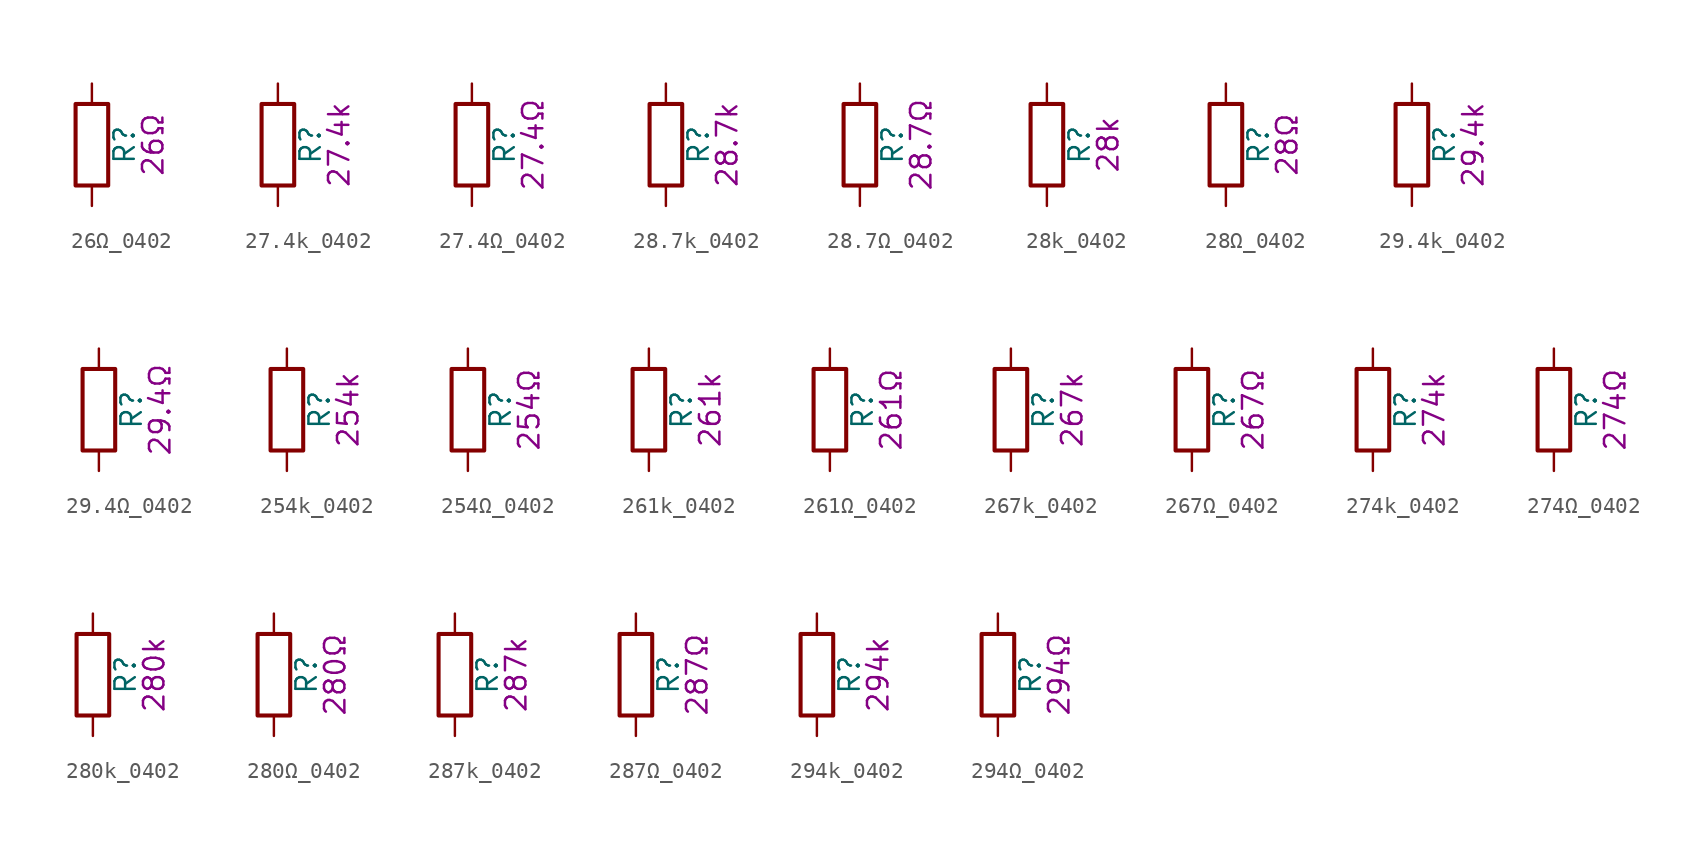
<source format=kicad_sym>
(kicad_symbol_lib
  (version 20211014)
  (generator kicad_symbol_editor)
  (symbol "26Ω_0402"
    (pin_numbers hide)
    (pin_names
      (offset 0))
    (property "Reference" "R"
      (at 2.032 0 90)
      (effects (font (size 1.27 1.27))))
    (property "Display" "26Ω"
      (at 3.81 0 90)
      (effects (font (size 1.27 1.27))))
    (symbol "26Ω_0402_0_1"
      (rectangle (start -1.016 -2.54) (end 1.016 2.54) (stroke (width 0.254) (type default) (color 0 0 0 0)) (fill (type none))))
    (symbol "26Ω_0402_1_1"
      (pin passive line (at 0 3.81 270) (length 1.27) (name "~" (effects (font (size 1.27 1.27)))) (number "1" (effects (font (size 1.27 1.27)))))
      (pin passive line (at 0 -3.81 90) (length 1.27) (name "~" (effects (font (size 1.27 1.27)))) (number "2" (effects (font (size 1.27 1.27)))))))
  (symbol "27.4k_0402"
    (pin_numbers hide)
    (pin_names
      (offset 0))
    (property "Reference" "R"
      (at 2.032 0 90)
      (effects (font (size 1.27 1.27))))
    (property "Display" "27.4k"
      (at 3.81 0 90)
      (effects (font (size 1.27 1.27))))
    (symbol "27.4k_0402_0_1"
      (rectangle (start -1.016 -2.54) (end 1.016 2.54) (stroke (width 0.254) (type default) (color 0 0 0 0)) (fill (type none))))
    (symbol "27.4k_0402_1_1"
      (pin passive line (at 0 3.81 270) (length 1.27) (name "~" (effects (font (size 1.27 1.27)))) (number "1" (effects (font (size 1.27 1.27)))))
      (pin passive line (at 0 -3.81 90) (length 1.27) (name "~" (effects (font (size 1.27 1.27)))) (number "2" (effects (font (size 1.27 1.27)))))))
  (symbol "27.4Ω_0402"
    (pin_numbers hide)
    (pin_names
      (offset 0))
    (property "Reference" "R"
      (at 2.032 0 90)
      (effects (font (size 1.27 1.27))))
    (property "Display" "27.4Ω"
      (at 3.81 0 90)
      (effects (font (size 1.27 1.27))))
    (symbol "27.4Ω_0402_0_1"
      (rectangle (start -1.016 -2.54) (end 1.016 2.54) (stroke (width 0.254) (type default) (color 0 0 0 0)) (fill (type none))))
    (symbol "27.4Ω_0402_1_1"
      (pin passive line (at 0 3.81 270) (length 1.27) (name "~" (effects (font (size 1.27 1.27)))) (number "1" (effects (font (size 1.27 1.27)))))
      (pin passive line (at 0 -3.81 90) (length 1.27) (name "~" (effects (font (size 1.27 1.27)))) (number "2" (effects (font (size 1.27 1.27)))))))
  (symbol "28.7k_0402"
    (pin_numbers hide)
    (pin_names
      (offset 0))
    (property "Reference" "R"
      (at 2.032 0 90)
      (effects (font (size 1.27 1.27))))
    (property "Display" "28.7k"
      (at 3.81 0 90)
      (effects (font (size 1.27 1.27))))
    (symbol "28.7k_0402_0_1"
      (rectangle (start -1.016 -2.54) (end 1.016 2.54) (stroke (width 0.254) (type default) (color 0 0 0 0)) (fill (type none))))
    (symbol "28.7k_0402_1_1"
      (pin passive line (at 0 3.81 270) (length 1.27) (name "~" (effects (font (size 1.27 1.27)))) (number "1" (effects (font (size 1.27 1.27)))))
      (pin passive line (at 0 -3.81 90) (length 1.27) (name "~" (effects (font (size 1.27 1.27)))) (number "2" (effects (font (size 1.27 1.27)))))))
  (symbol "28.7Ω_0402"
    (pin_numbers hide)
    (pin_names
      (offset 0))
    (property "Reference" "R"
      (at 2.032 0 90)
      (effects (font (size 1.27 1.27))))
    (property "Display" "28.7Ω"
      (at 3.81 0 90)
      (effects (font (size 1.27 1.27))))
    (symbol "28.7Ω_0402_0_1"
      (rectangle (start -1.016 -2.54) (end 1.016 2.54) (stroke (width 0.254) (type default) (color 0 0 0 0)) (fill (type none))))
    (symbol "28.7Ω_0402_1_1"
      (pin passive line (at 0 3.81 270) (length 1.27) (name "~" (effects (font (size 1.27 1.27)))) (number "1" (effects (font (size 1.27 1.27)))))
      (pin passive line (at 0 -3.81 90) (length 1.27) (name "~" (effects (font (size 1.27 1.27)))) (number "2" (effects (font (size 1.27 1.27)))))))
  (symbol "28k_0402"
    (pin_numbers hide)
    (pin_names
      (offset 0))
    (property "Reference" "R"
      (at 2.032 0 90)
      (effects (font (size 1.27 1.27))))
    (property "Display" "28k"
      (at 3.81 0 90)
      (effects (font (size 1.27 1.27))))
    (symbol "28k_0402_0_1"
      (rectangle (start -1.016 -2.54) (end 1.016 2.54) (stroke (width 0.254) (type default) (color 0 0 0 0)) (fill (type none))))
    (symbol "28k_0402_1_1"
      (pin passive line (at 0 3.81 270) (length 1.27) (name "~" (effects (font (size 1.27 1.27)))) (number "1" (effects (font (size 1.27 1.27)))))
      (pin passive line (at 0 -3.81 90) (length 1.27) (name "~" (effects (font (size 1.27 1.27)))) (number "2" (effects (font (size 1.27 1.27)))))))
  (symbol "28Ω_0402"
    (pin_numbers hide)
    (pin_names
      (offset 0))
    (property "Reference" "R"
      (at 2.032 0 90)
      (effects (font (size 1.27 1.27))))
    (property "Display" "28Ω"
      (at 3.81 0 90)
      (effects (font (size 1.27 1.27))))
    (symbol "28Ω_0402_0_1"
      (rectangle (start -1.016 -2.54) (end 1.016 2.54) (stroke (width 0.254) (type default) (color 0 0 0 0)) (fill (type none))))
    (symbol "28Ω_0402_1_1"
      (pin passive line (at 0 3.81 270) (length 1.27) (name "~" (effects (font (size 1.27 1.27)))) (number "1" (effects (font (size 1.27 1.27)))))
      (pin passive line (at 0 -3.81 90) (length 1.27) (name "~" (effects (font (size 1.27 1.27)))) (number "2" (effects (font (size 1.27 1.27)))))))
  (symbol "29.4k_0402"
    (pin_numbers hide)
    (pin_names
      (offset 0))
    (property "Reference" "R"
      (at 2.032 0 90)
      (effects (font (size 1.27 1.27))))
    (property "Display" "29.4k"
      (at 3.81 0 90)
      (effects (font (size 1.27 1.27))))
    (symbol "29.4k_0402_0_1"
      (rectangle (start -1.016 -2.54) (end 1.016 2.54) (stroke (width 0.254) (type default) (color 0 0 0 0)) (fill (type none))))
    (symbol "29.4k_0402_1_1"
      (pin passive line (at 0 3.81 270) (length 1.27) (name "~" (effects (font (size 1.27 1.27)))) (number "1" (effects (font (size 1.27 1.27)))))
      (pin passive line (at 0 -3.81 90) (length 1.27) (name "~" (effects (font (size 1.27 1.27)))) (number "2" (effects (font (size 1.27 1.27)))))))
  (symbol "29.4Ω_0402"
    (pin_numbers hide)
    (pin_names
      (offset 0))
    (property "Reference" "R"
      (at 2.032 0 90)
      (effects (font (size 1.27 1.27))))
    (property "Display" "29.4Ω"
      (at 3.81 0 90)
      (effects (font (size 1.27 1.27))))
    (symbol "29.4Ω_0402_0_1"
      (rectangle (start -1.016 -2.54) (end 1.016 2.54) (stroke (width 0.254) (type default) (color 0 0 0 0)) (fill (type none))))
    (symbol "29.4Ω_0402_1_1"
      (pin passive line (at 0 3.81 270) (length 1.27) (name "~" (effects (font (size 1.27 1.27)))) (number "1" (effects (font (size 1.27 1.27)))))
      (pin passive line (at 0 -3.81 90) (length 1.27) (name "~" (effects (font (size 1.27 1.27)))) (number "2" (effects (font (size 1.27 1.27)))))))
  (symbol "254k_0402"
    (pin_numbers hide)
    (pin_names
      (offset 0))
    (property "Reference" "R"
      (at 2.032 0 90)
      (effects (font (size 1.27 1.27))))
    (property "Display" "254k"
      (at 3.81 0 90)
      (effects (font (size 1.27 1.27))))
    (symbol "254k_0402_0_1"
      (rectangle (start -1.016 -2.54) (end 1.016 2.54) (stroke (width 0.254) (type default) (color 0 0 0 0)) (fill (type none))))
    (symbol "254k_0402_1_1"
      (pin passive line (at 0 3.81 270) (length 1.27) (name "~" (effects (font (size 1.27 1.27)))) (number "1" (effects (font (size 1.27 1.27)))))
      (pin passive line (at 0 -3.81 90) (length 1.27) (name "~" (effects (font (size 1.27 1.27)))) (number "2" (effects (font (size 1.27 1.27)))))))
  (symbol "254Ω_0402"
    (pin_numbers hide)
    (pin_names
      (offset 0))
    (property "Reference" "R"
      (at 2.032 0 90)
      (effects (font (size 1.27 1.27))))
    (property "Display" "254Ω"
      (at 3.81 0 90)
      (effects (font (size 1.27 1.27))))
    (symbol "254Ω_0402_0_1"
      (rectangle (start -1.016 -2.54) (end 1.016 2.54) (stroke (width 0.254) (type default) (color 0 0 0 0)) (fill (type none))))
    (symbol "254Ω_0402_1_1"
      (pin passive line (at 0 3.81 270) (length 1.27) (name "~" (effects (font (size 1.27 1.27)))) (number "1" (effects (font (size 1.27 1.27)))))
      (pin passive line (at 0 -3.81 90) (length 1.27) (name "~" (effects (font (size 1.27 1.27)))) (number "2" (effects (font (size 1.27 1.27)))))))
  (symbol "261k_0402"
    (pin_numbers hide)
    (pin_names
      (offset 0))
    (property "Reference" "R"
      (at 2.032 0 90)
      (effects (font (size 1.27 1.27))))
    (property "Display" "261k"
      (at 3.81 0 90)
      (effects (font (size 1.27 1.27))))
    (symbol "261k_0402_0_1"
      (rectangle (start -1.016 -2.54) (end 1.016 2.54) (stroke (width 0.254) (type default) (color 0 0 0 0)) (fill (type none))))
    (symbol "261k_0402_1_1"
      (pin passive line (at 0 3.81 270) (length 1.27) (name "~" (effects (font (size 1.27 1.27)))) (number "1" (effects (font (size 1.27 1.27)))))
      (pin passive line (at 0 -3.81 90) (length 1.27) (name "~" (effects (font (size 1.27 1.27)))) (number "2" (effects (font (size 1.27 1.27)))))))
  (symbol "261Ω_0402"
    (pin_numbers hide)
    (pin_names
      (offset 0))
    (property "Reference" "R"
      (at 2.032 0 90)
      (effects (font (size 1.27 1.27))))
    (property "Display" "261Ω"
      (at 3.81 0 90)
      (effects (font (size 1.27 1.27))))
    (symbol "261Ω_0402_0_1"
      (rectangle (start -1.016 -2.54) (end 1.016 2.54) (stroke (width 0.254) (type default) (color 0 0 0 0)) (fill (type none))))
    (symbol "261Ω_0402_1_1"
      (pin passive line (at 0 3.81 270) (length 1.27) (name "~" (effects (font (size 1.27 1.27)))) (number "1" (effects (font (size 1.27 1.27)))))
      (pin passive line (at 0 -3.81 90) (length 1.27) (name "~" (effects (font (size 1.27 1.27)))) (number "2" (effects (font (size 1.27 1.27)))))))
  (symbol "267k_0402"
    (pin_numbers hide)
    (pin_names
      (offset 0))
    (property "Reference" "R"
      (at 2.032 0 90)
      (effects (font (size 1.27 1.27))))
    (property "Display" "267k"
      (at 3.81 0 90)
      (effects (font (size 1.27 1.27))))
    (symbol "267k_0402_0_1"
      (rectangle (start -1.016 -2.54) (end 1.016 2.54) (stroke (width 0.254) (type default) (color 0 0 0 0)) (fill (type none))))
    (symbol "267k_0402_1_1"
      (pin passive line (at 0 3.81 270) (length 1.27) (name "~" (effects (font (size 1.27 1.27)))) (number "1" (effects (font (size 1.27 1.27)))))
      (pin passive line (at 0 -3.81 90) (length 1.27) (name "~" (effects (font (size 1.27 1.27)))) (number "2" (effects (font (size 1.27 1.27)))))))
  (symbol "267Ω_0402"
    (pin_numbers hide)
    (pin_names
      (offset 0))
    (property "Reference" "R"
      (at 2.032 0 90)
      (effects (font (size 1.27 1.27))))
    (property "Display" "267Ω"
      (at 3.81 0 90)
      (effects (font (size 1.27 1.27))))
    (symbol "267Ω_0402_0_1"
      (rectangle (start -1.016 -2.54) (end 1.016 2.54) (stroke (width 0.254) (type default) (color 0 0 0 0)) (fill (type none))))
    (symbol "267Ω_0402_1_1"
      (pin passive line (at 0 3.81 270) (length 1.27) (name "~" (effects (font (size 1.27 1.27)))) (number "1" (effects (font (size 1.27 1.27)))))
      (pin passive line (at 0 -3.81 90) (length 1.27) (name "~" (effects (font (size 1.27 1.27)))) (number "2" (effects (font (size 1.27 1.27)))))))
  (symbol "274k_0402"
    (pin_numbers hide)
    (pin_names
      (offset 0))
    (property "Reference" "R"
      (at 2.032 0 90)
      (effects (font (size 1.27 1.27))))
    (property "Display" "274k"
      (at 3.81 0 90)
      (effects (font (size 1.27 1.27))))
    (symbol "274k_0402_0_1"
      (rectangle (start -1.016 -2.54) (end 1.016 2.54) (stroke (width 0.254) (type default) (color 0 0 0 0)) (fill (type none))))
    (symbol "274k_0402_1_1"
      (pin passive line (at 0 3.81 270) (length 1.27) (name "~" (effects (font (size 1.27 1.27)))) (number "1" (effects (font (size 1.27 1.27)))))
      (pin passive line (at 0 -3.81 90) (length 1.27) (name "~" (effects (font (size 1.27 1.27)))) (number "2" (effects (font (size 1.27 1.27)))))))
  (symbol "274Ω_0402"
    (pin_numbers hide)
    (pin_names
      (offset 0))
    (property "Reference" "R"
      (at 2.032 0 90)
      (effects (font (size 1.27 1.27))))
    (property "Display" "274Ω"
      (at 3.81 0 90)
      (effects (font (size 1.27 1.27))))
    (symbol "274Ω_0402_0_1"
      (rectangle (start -1.016 -2.54) (end 1.016 2.54) (stroke (width 0.254) (type default) (color 0 0 0 0)) (fill (type none))))
    (symbol "274Ω_0402_1_1"
      (pin passive line (at 0 3.81 270) (length 1.27) (name "~" (effects (font (size 1.27 1.27)))) (number "1" (effects (font (size 1.27 1.27)))))
      (pin passive line (at 0 -3.81 90) (length 1.27) (name "~" (effects (font (size 1.27 1.27)))) (number "2" (effects (font (size 1.27 1.27)))))))
  (symbol "280k_0402"
    (pin_numbers hide)
    (pin_names
      (offset 0))
    (property "Reference" "R"
      (at 2.032 0 90)
      (effects (font (size 1.27 1.27))))
    (property "Display" "280k"
      (at 3.81 0 90)
      (effects (font (size 1.27 1.27))))
    (symbol "280k_0402_0_1"
      (rectangle (start -1.016 -2.54) (end 1.016 2.54) (stroke (width 0.254) (type default) (color 0 0 0 0)) (fill (type none))))
    (symbol "280k_0402_1_1"
      (pin passive line (at 0 3.81 270) (length 1.27) (name "~" (effects (font (size 1.27 1.27)))) (number "1" (effects (font (size 1.27 1.27)))))
      (pin passive line (at 0 -3.81 90) (length 1.27) (name "~" (effects (font (size 1.27 1.27)))) (number "2" (effects (font (size 1.27 1.27)))))))
  (symbol "280Ω_0402"
    (pin_numbers hide)
    (pin_names
      (offset 0))
    (property "Reference" "R"
      (at 2.032 0 90)
      (effects (font (size 1.27 1.27))))
    (property "Display" "280Ω"
      (at 3.81 0 90)
      (effects (font (size 1.27 1.27))))
    (symbol "280Ω_0402_0_1"
      (rectangle (start -1.016 -2.54) (end 1.016 2.54) (stroke (width 0.254) (type default) (color 0 0 0 0)) (fill (type none))))
    (symbol "280Ω_0402_1_1"
      (pin passive line (at 0 3.81 270) (length 1.27) (name "~" (effects (font (size 1.27 1.27)))) (number "1" (effects (font (size 1.27 1.27)))))
      (pin passive line (at 0 -3.81 90) (length 1.27) (name "~" (effects (font (size 1.27 1.27)))) (number "2" (effects (font (size 1.27 1.27)))))))
  (symbol "287k_0402"
    (pin_numbers hide)
    (pin_names
      (offset 0))
    (property "Reference" "R"
      (at 2.032 0 90)
      (effects (font (size 1.27 1.27))))
    (property "Display" "287k"
      (at 3.81 0 90)
      (effects (font (size 1.27 1.27))))
    (symbol "287k_0402_0_1"
      (rectangle (start -1.016 -2.54) (end 1.016 2.54) (stroke (width 0.254) (type default) (color 0 0 0 0)) (fill (type none))))
    (symbol "287k_0402_1_1"
      (pin passive line (at 0 3.81 270) (length 1.27) (name "~" (effects (font (size 1.27 1.27)))) (number "1" (effects (font (size 1.27 1.27)))))
      (pin passive line (at 0 -3.81 90) (length 1.27) (name "~" (effects (font (size 1.27 1.27)))) (number "2" (effects (font (size 1.27 1.27)))))))
  (symbol "287Ω_0402"
    (pin_numbers hide)
    (pin_names
      (offset 0))
    (property "Reference" "R"
      (at 2.032 0 90)
      (effects (font (size 1.27 1.27))))
    (property "Display" "287Ω"
      (at 3.81 0 90)
      (effects (font (size 1.27 1.27))))
    (symbol "287Ω_0402_0_1"
      (rectangle (start -1.016 -2.54) (end 1.016 2.54) (stroke (width 0.254) (type default) (color 0 0 0 0)) (fill (type none))))
    (symbol "287Ω_0402_1_1"
      (pin passive line (at 0 3.81 270) (length 1.27) (name "~" (effects (font (size 1.27 1.27)))) (number "1" (effects (font (size 1.27 1.27)))))
      (pin passive line (at 0 -3.81 90) (length 1.27) (name "~" (effects (font (size 1.27 1.27)))) (number "2" (effects (font (size 1.27 1.27)))))))
  (symbol "294k_0402"
    (pin_numbers hide)
    (pin_names
      (offset 0))
    (property "Reference" "R"
      (at 2.032 0 90)
      (effects (font (size 1.27 1.27))))
    (property "Display" "294k"
      (at 3.81 0 90)
      (effects (font (size 1.27 1.27))))
    (symbol "294k_0402_0_1"
      (rectangle (start -1.016 -2.54) (end 1.016 2.54) (stroke (width 0.254) (type default) (color 0 0 0 0)) (fill (type none))))
    (symbol "294k_0402_1_1"
      (pin passive line (at 0 3.81 270) (length 1.27) (name "~" (effects (font (size 1.27 1.27)))) (number "1" (effects (font (size 1.27 1.27)))))
      (pin passive line (at 0 -3.81 90) (length 1.27) (name "~" (effects (font (size 1.27 1.27)))) (number "2" (effects (font (size 1.27 1.27)))))))
  (symbol "294Ω_0402"
    (pin_numbers hide)
    (pin_names
      (offset 0))
    (property "Reference" "R"
      (at 2.032 0 90)
      (effects (font (size 1.27 1.27))))
    (property "Display" "294Ω"
      (at 3.81 0 90)
      (effects (font (size 1.27 1.27))))
    (symbol "294Ω_0402_0_1"
      (rectangle (start -1.016 -2.54) (end 1.016 2.54) (stroke (width 0.254) (type default) (color 0 0 0 0)) (fill (type none))))
    (symbol "294Ω_0402_1_1"
      (pin passive line (at 0 3.81 270) (length 1.27) (name "~" (effects (font (size 1.27 1.27)))) (number "1" (effects (font (size 1.27 1.27)))))
      (pin passive line (at 0 -3.81 90) (length 1.27) (name "~" (effects (font (size 1.27 1.27)))) (number "2" (effects (font (size 1.27 1.27))))))))
</source>
